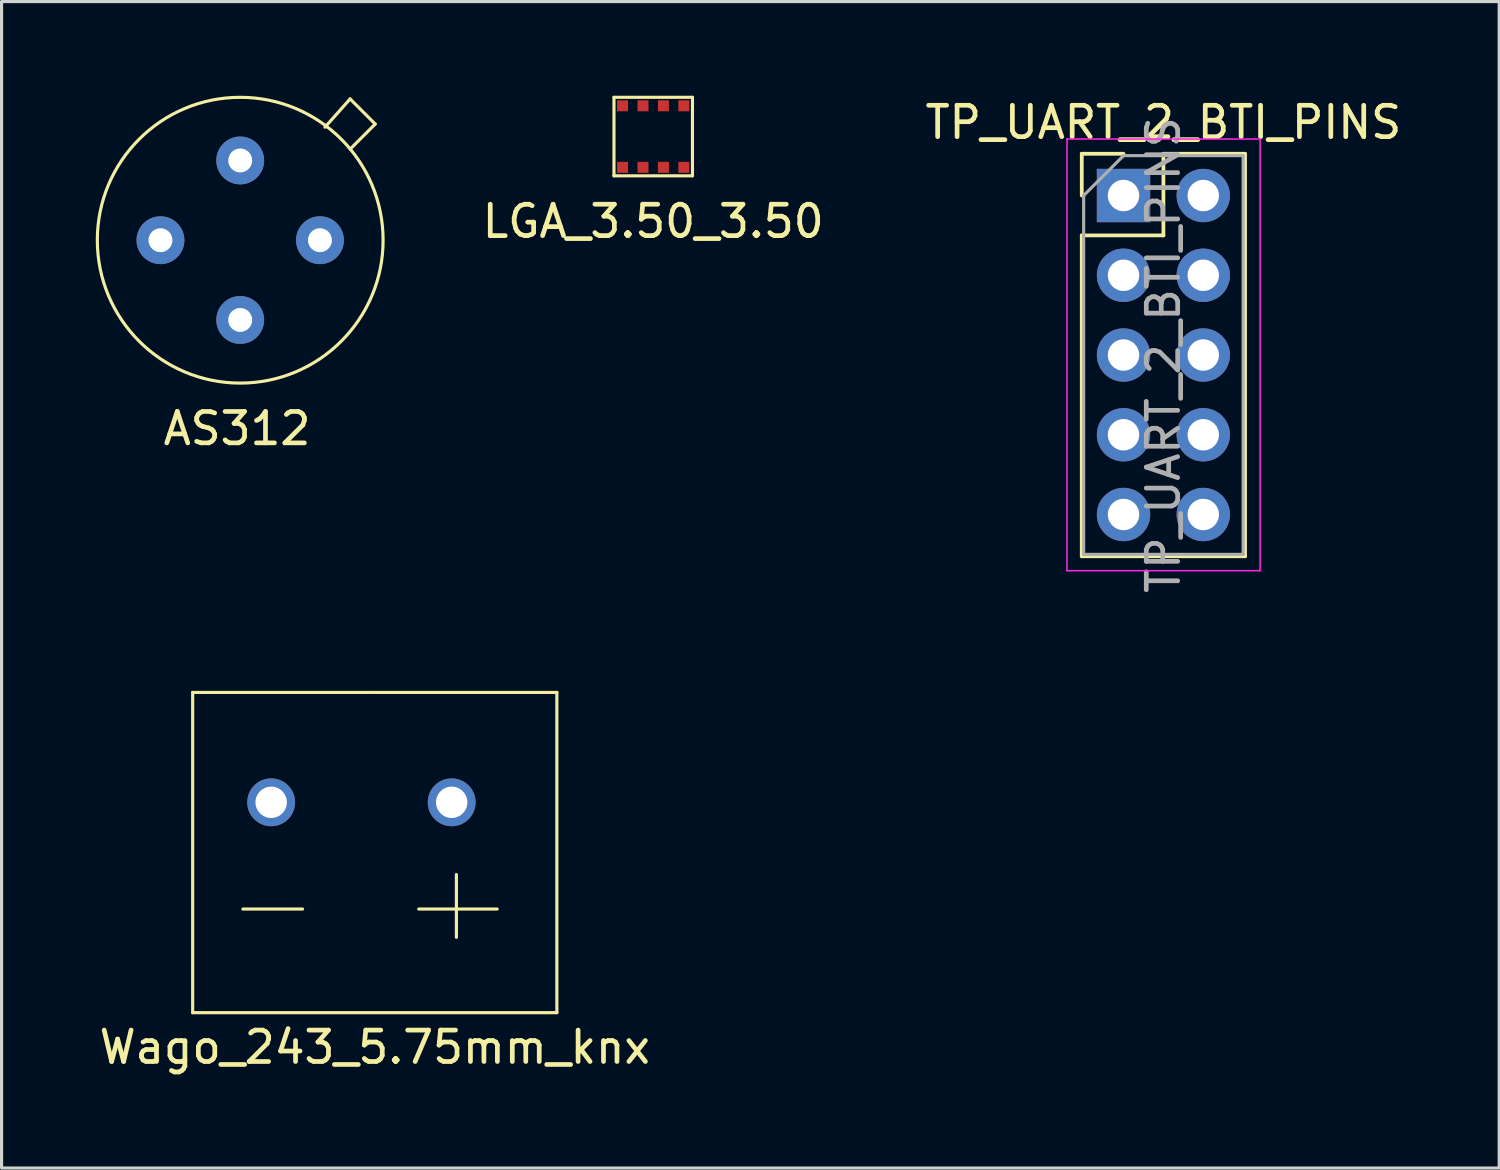
<source format=kicad_pcb>
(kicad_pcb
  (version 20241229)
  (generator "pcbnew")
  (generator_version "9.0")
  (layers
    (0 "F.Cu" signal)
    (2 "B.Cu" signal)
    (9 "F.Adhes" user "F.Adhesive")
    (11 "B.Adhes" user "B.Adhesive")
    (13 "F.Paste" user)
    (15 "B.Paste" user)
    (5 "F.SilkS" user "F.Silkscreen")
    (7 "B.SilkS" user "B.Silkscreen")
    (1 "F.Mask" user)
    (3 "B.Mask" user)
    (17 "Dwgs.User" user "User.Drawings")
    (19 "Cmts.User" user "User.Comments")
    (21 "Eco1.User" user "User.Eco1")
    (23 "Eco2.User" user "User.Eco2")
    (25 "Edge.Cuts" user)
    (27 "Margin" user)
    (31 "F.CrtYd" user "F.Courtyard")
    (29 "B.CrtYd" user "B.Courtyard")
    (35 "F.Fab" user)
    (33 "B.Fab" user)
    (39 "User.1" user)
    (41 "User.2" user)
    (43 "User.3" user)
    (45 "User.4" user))
  (footprint "TP_UART_2_BTI_PINS"
    (layer "F.Cu")
    (at 32.736 3.178)
    (property "Reference" "TP_UART_2_BTI_PINS" (at 1.27 -2.33 0) (layer "F.SilkS") (effects (font (size 1 1) (thickness 0.15))))
    (attr through_hole)
    (fp_line (start -1.33 -1.33) (end 0 -1.33) (stroke (width 0.12) (type solid)) (layer "F.SilkS"))
    (fp_line (start -1.33 0) (end -1.33 -1.33) (stroke (width 0.12) (type solid)) (layer "F.SilkS"))
    (fp_line (start -1.33 1.27) (end -1.33 11.49) (stroke (width 0.12) (type solid)) (layer "F.SilkS"))
    (fp_line (start -1.33 1.27) (end 1.27 1.27) (stroke (width 0.12) (type solid)) (layer "F.SilkS"))
    (fp_line (start -1.33 11.49) (end 3.87 11.49) (stroke (width 0.12) (type solid)) (layer "F.SilkS"))
    (fp_line (start 1.27 -1.33) (end 3.87 -1.33) (stroke (width 0.12) (type solid)) (layer "F.SilkS"))
    (fp_line (start 1.27 1.27) (end 1.27 -1.33) (stroke (width 0.12) (type solid)) (layer "F.SilkS"))
    (fp_line (start 3.87 -1.33) (end 3.87 11.49) (stroke (width 0.12) (type solid)) (layer "F.SilkS"))
    (fp_line (start -1.8 -1.8) (end -1.8 11.95) (stroke (width 0.05) (type solid)) (layer "F.CrtYd"))
    (fp_line (start -1.8 11.95) (end 4.35 11.95) (stroke (width 0.05) (type solid)) (layer "F.CrtYd"))
    (fp_line (start 4.35 -1.8) (end -1.8 -1.8) (stroke (width 0.05) (type solid)) (layer "F.CrtYd"))
    (fp_line (start 4.35 11.95) (end 4.35 -1.8) (stroke (width 0.05) (type solid)) (layer "F.CrtYd"))
    (fp_line (start -1.27 0) (end 0 -1.27) (stroke (width 0.1) (type solid)) (layer "F.Fab"))
    (fp_line (start -1.27 11.43) (end -1.27 0) (stroke (width 0.1) (type solid)) (layer "F.Fab"))
    (fp_line (start 0 -1.27) (end 3.81 -1.27) (stroke (width 0.1) (type solid)) (layer "F.Fab"))
    (fp_line (start 3.81 -1.27) (end 3.81 11.43) (stroke (width 0.1) (type solid)) (layer "F.Fab"))
    (fp_line (start 3.81 11.43) (end -1.27 11.43) (stroke (width 0.1) (type solid)) (layer "F.Fab"))
    (fp_text user "${REFERENCE}" (at 1.27 5.08 90) (layer "F.Fab") (effects (font (size 1 1) (thickness 0.15))))
    (pad "1" thru_hole rect (at 0 0) (size 1.7 1.7) (drill 1) (layers "*.Cu" "*.Mask"))
    (pad "2" thru_hole oval (at 0 2.54) (size 1.7 1.7) (drill 1) (layers "*.Cu" "*.Mask"))
    (pad "3" thru_hole oval (at 0 5.08) (size 1.7 1.7) (drill 1) (layers "*.Cu" "*.Mask"))
    (pad "4" thru_hole oval (at 0 7.62) (size 1.7 1.7) (drill 1) (layers "*.Cu" "*.Mask"))
    (pad "5" thru_hole oval (at 0 10.16) (size 1.7 1.7) (drill 1) (layers "*.Cu" "*.Mask"))
    (pad "6" thru_hole oval (at 2.54 10.16) (size 1.7 1.7) (drill 1) (layers "*.Cu" "*.Mask"))
    (pad "7" thru_hole oval (at 2.54 7.62) (size 1.7 1.7) (drill 1) (layers "*.Cu" "*.Mask"))
    (pad "8" thru_hole oval (at 2.54 5.08) (size 1.7 1.7) (drill 1) (layers "*.Cu" "*.Mask"))
    (pad "9" thru_hole oval (at 2.54 2.54) (size 1.7 1.7) (drill 1) (layers "*.Cu" "*.Mask"))
    (pad "10" thru_hole oval (at 2.54 0) (size 1.7 1.7) (drill 1) (layers "*.Cu" "*.Mask")))
  (footprint "LGA_3.50_3.50"
    (layer "F.Cu")
    (at 17.756 1.3)
    (property "Reference" "LGA_3.50_3.50" (at 0 2.7 0) (layer "F.SilkS") (effects (font (size 1 1) (thickness 0.15))))
    (attr through_hole)
    (fp_line (start -1.25 -1.25) (end -1.25 1.25) (stroke (width 0.1) (type solid)) (layer "F.SilkS"))
    (fp_line (start -1.25 1.25) (end 1.25 1.25) (stroke (width 0.1) (type solid)) (layer "F.SilkS"))
    (fp_line (start 1.25 -1.25) (end -1.25 -1.25) (stroke (width 0.1) (type solid)) (layer "F.SilkS"))
    (fp_line (start 1.25 1.25) (end 1.25 -1.25) (stroke (width 0.1) (type solid)) (layer "F.SilkS"))
    (pad "1" smd rect (at 0.975 -0.98) (size 0.35 0.35) (layers "F.Cu" "F.Mask" "F.Paste"))
    (pad "2" smd rect (at 0.325 -0.98) (size 0.35 0.35) (layers "F.Cu" "F.Mask" "F.Paste"))
    (pad "3" smd rect (at -0.325 -0.98) (size 0.35 0.35) (layers "F.Cu" "F.Mask" "F.Paste"))
    (pad "4" smd rect (at -0.975 -0.98) (size 0.35 0.35) (layers "F.Cu" "F.Mask" "F.Paste"))
    (pad "5" smd rect (at -0.975 0.98) (size 0.35 0.35) (layers "F.Cu" "F.Mask" "F.Paste"))
    (pad "6" smd rect (at -0.325 0.98) (size 0.35 0.35) (layers "F.Cu" "F.Mask" "F.Paste"))
    (pad "7" smd rect (at 0.325 0.98) (size 0.35 0.35) (layers "F.Cu" "F.Mask" "F.Paste"))
    (pad "8" smd rect (at 0.975 0.98) (size 0.35 0.35) (layers "F.Cu" "F.Mask" "F.Paste")))
  (footprint "Wago_243_5.75mm_knx"
    (layer "F.Cu")
    (at 8.887 24.105)
    (property "Reference" "Wago_243_5.75mm_knx" (at 0 6.2 0) (layer "F.SilkS") (effects (font (size 1 1) (thickness 0.15))))
    (attr through_hole)
    (fp_line (start -5.8 -5.1) (end -5.8 5.1) (stroke (width 0.1) (type solid)) (layer "F.SilkS"))
    (fp_line (start -5.8 5.1) (end 5.8 5.1) (stroke (width 0.1) (type solid)) (layer "F.SilkS"))
    (fp_line (start -4.2 1.8) (end -2.3 1.8) (stroke (width 0.1) (type solid)) (layer "F.SilkS"))
    (fp_line (start 0 -5.1) (end -5.8 -5.1) (stroke (width 0.1) (type solid)) (layer "F.SilkS"))
    (fp_line (start 1.4 1.8) (end 3.9 1.8) (stroke (width 0.1) (type solid)) (layer "F.SilkS"))
    (fp_line (start 2.6 0.7) (end 2.6 2.7) (stroke (width 0.1) (type solid)) (layer "F.SilkS"))
    (fp_line (start 5.8 -5.1) (end 0 -5.1) (stroke (width 0.1) (type solid)) (layer "F.SilkS"))
    (fp_line (start 5.8 5.1) (end 5.8 -5.1) (stroke (width 0.1) (type solid)) (layer "F.SilkS"))
    (fp_circle (center -3.3 -1.6) (end -3.05 -1.6) (stroke (width 0.1) (type solid)) (fill no) (layer "F.SilkS"))
    (fp_circle (center 2.45 -1.6) (end 2.45 -1.35) (stroke (width 0.1) (type solid)) (fill no) (layer "F.SilkS"))
    (pad "1" thru_hole circle (at 2.45 -1.6) (size 1.524 1.524) (drill 1) (layers "*.Cu" "*.Mask"))
    (pad "2" thru_hole circle (at -3.3 -1.6) (size 1.524 1.524) (drill 1) (layers "*.Cu" "*.Mask")))
  (footprint "AS312"
    (layer "F.Cu")
    (at 4.601 4.601)
    (property "Reference" "AS312" (at -0.1 6 0) (layer "F.SilkS") (effects (font (size 1 1) (thickness 0.15))))
    (attr through_hole)
    (fp_line (start 2.7 -3.6) (end 3.5 -4.5) (stroke (width 0.1) (type solid)) (layer "F.SilkS"))
    (fp_line (start 3.5 -4.5) (end 4.3 -3.7) (stroke (width 0.1) (type solid)) (layer "F.SilkS"))
    (fp_line (start 4.3 -3.7) (end 3.5 -2.9) (stroke (width 0.1) (type solid)) (layer "F.SilkS"))
    (fp_circle (center 0 0) (end 4.55 0.1) (stroke (width 0.1) (type solid)) (fill no) (layer "F.SilkS"))
    (pad "1" thru_hole circle (at 0 -2.54) (size 1.524 1.524) (drill 0.762) (layers "*.Cu" "*.Mask"))
    (pad "2" thru_hole circle (at 2.54 0) (size 1.524 1.524) (drill 0.762) (layers "*.Cu" "*.Mask"))
    (pad "3" thru_hole circle (at 0 2.54) (size 1.524 1.524) (drill 0.762) (layers "*.Cu" "*.Mask"))
    (pad "4" thru_hole circle (at -2.54 0) (size 1.524 1.524) (drill 0.762) (layers "*.Cu" "*.Mask")))
  (gr_rect
    (start -3 -3)
    (end 44.702 34.153)
    (stroke (width 0.1) (type default))
    (fill no)
    (layer "Edge.Cuts")))
</source>
